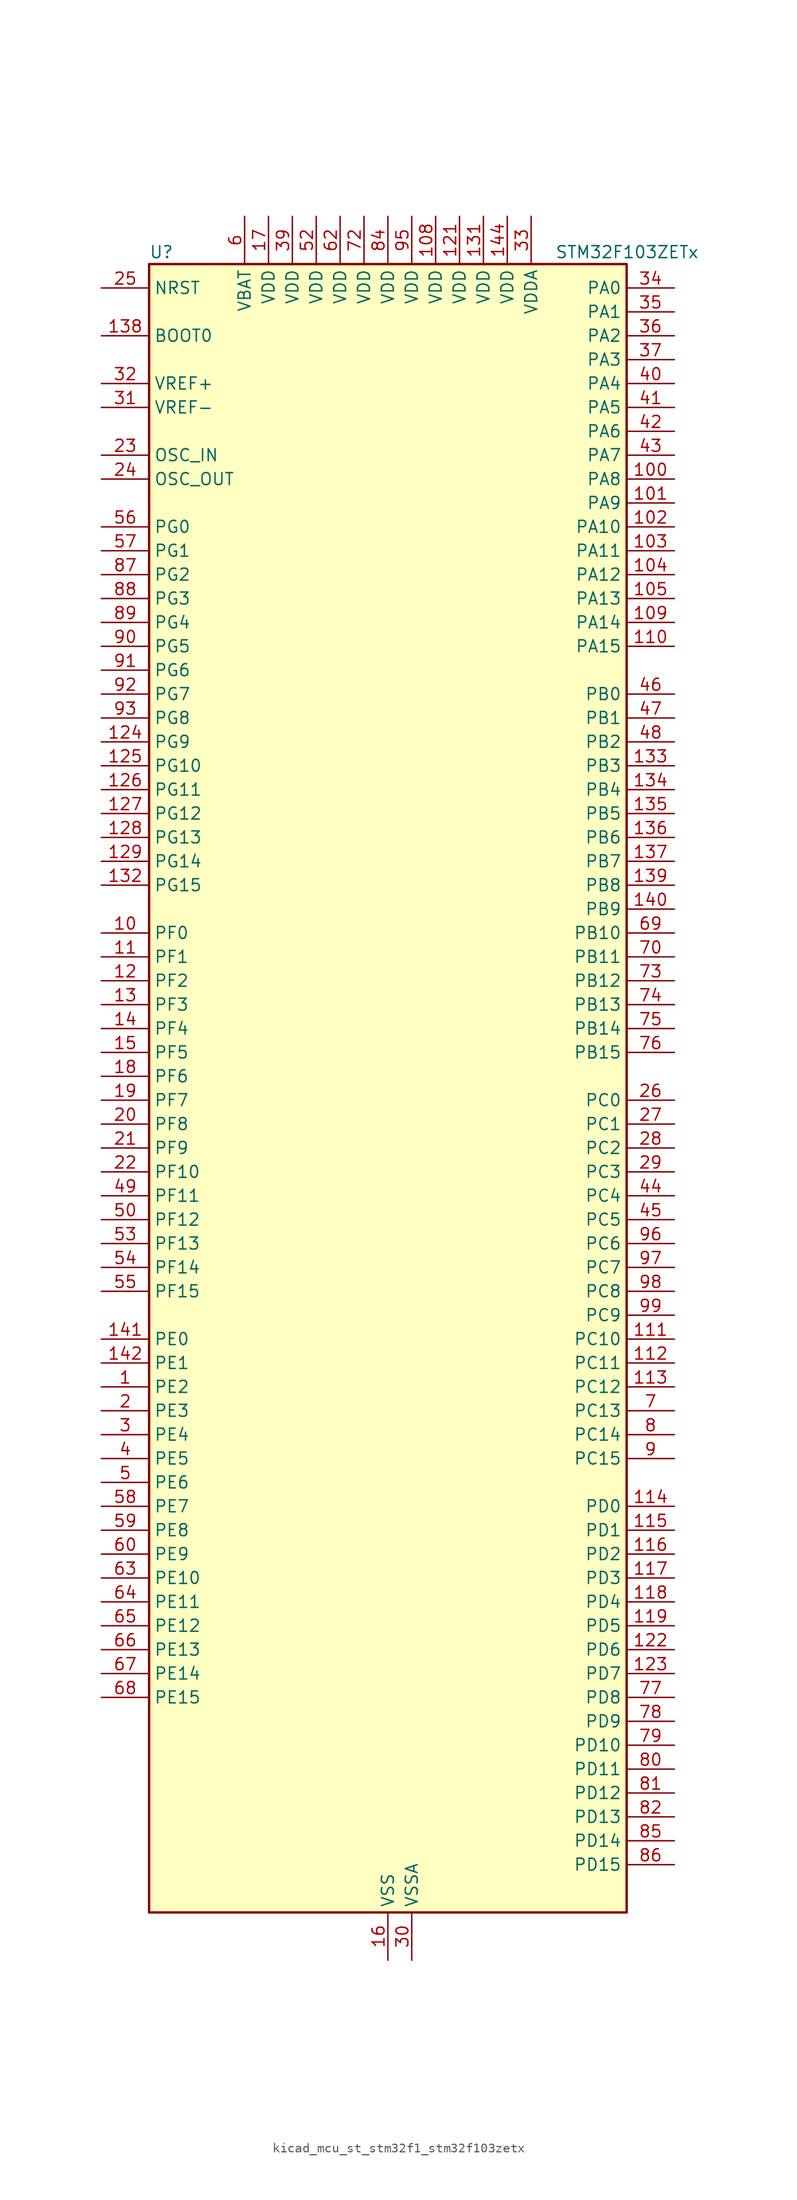
<source format=kicad_sym>
(kicad_symbol_lib
  (version 20220914)
  (generator kicad_symbol_editor)
  (symbol "kicad_mcu_st_stm32f1_stm32f103zetx"
    (property "Reference" "U"
      (at -25.4 90.17 0)
      (effects (font (size 1.27 1.27)) (justify left)))
    (property "Value" "STM32F103ZETx"
      (at 17.78 90.17 0)
      (effects (font (size 1.27 1.27)) (justify left)))
    (property "ki_locked" ""
      (at 0 0 0)
      (effects (font (size 1.27 1.27))))
    (symbol "kicad_mcu_st_stm32f1_stm32f103zetx_0_1"
      (rectangle (start -25.4 -86.36) (end 25.4 88.9) (stroke (width 0.254) (type default)) (fill (type background))))
    (symbol "kicad_mcu_st_stm32f1_stm32f103zetx_1_1"
      (pin bidirectional line (at -30.48 -30.48 0) (length 5.08) (name "PE2" (effects (font (size 1.27 1.27)))) (number "1" (effects (font (size 1.27 1.27)))) (alternate "FSMC_A23" bidirectional line) (alternate "SYS_TRACECLK" bidirectional line))
      (pin bidirectional line (at -30.48 17.78 0) (length 5.08) (name "PF0" (effects (font (size 1.27 1.27)))) (number "10" (effects (font (size 1.27 1.27)))) (alternate "FSMC_A0" bidirectional line))
      (pin bidirectional line (at 30.48 66.04 180) (length 5.08) (name "PA8" (effects (font (size 1.27 1.27)))) (number "100" (effects (font (size 1.27 1.27)))) (alternate "RCC_MCO" bidirectional line) (alternate "TIM1_CH1" bidirectional line) (alternate "USART1_CK" bidirectional line))
      (pin bidirectional line (at 30.48 63.5 180) (length 5.08) (name "PA9" (effects (font (size 1.27 1.27)))) (number "101" (effects (font (size 1.27 1.27)))) (alternate "DAC_EXTI9" bidirectional line) (alternate "TIM1_CH2" bidirectional line) (alternate "USART1_TX" bidirectional line))
      (pin bidirectional line (at 30.48 60.96 180) (length 5.08) (name "PA10" (effects (font (size 1.27 1.27)))) (number "102" (effects (font (size 1.27 1.27)))) (alternate "TIM1_CH3" bidirectional line) (alternate "USART1_RX" bidirectional line))
      (pin bidirectional line (at 30.48 58.42 180) (length 5.08) (name "PA11" (effects (font (size 1.27 1.27)))) (number "103" (effects (font (size 1.27 1.27)))) (alternate "ADC1_EXTI11" bidirectional line) (alternate "ADC2_EXTI11" bidirectional line) (alternate "CAN_RX" bidirectional line) (alternate "TIM1_CH4" bidirectional line) (alternate "USART1_CTS" bidirectional line) (alternate "USB_DM" bidirectional line))
      (pin bidirectional line (at 30.48 55.88 180) (length 5.08) (name "PA12" (effects (font (size 1.27 1.27)))) (number "104" (effects (font (size 1.27 1.27)))) (alternate "CAN_TX" bidirectional line) (alternate "TIM1_ETR" bidirectional line) (alternate "USART1_RTS" bidirectional line) (alternate "USB_DP" bidirectional line))
      (pin bidirectional line (at 30.48 53.34 180) (length 5.08) (name "PA13" (effects (font (size 1.27 1.27)))) (number "105" (effects (font (size 1.27 1.27)))) (alternate "SYS_JTMS-SWDIO" bidirectional line))
      (pin no_connect line (at -25.4 -86.36 0) (length 5.08) hide (name "NC" (effects (font (size 1.27 1.27)))) (number "106" (effects (font (size 1.27 1.27)))))
      (pin passive line (at 0 -91.44 90) (length 5.08) hide (name "VSS" (effects (font (size 1.27 1.27)))) (number "107" (effects (font (size 1.27 1.27)))))
      (pin power_in line (at 5.08 93.98 270) (length 5.08) (name "VDD" (effects (font (size 1.27 1.27)))) (number "108" (effects (font (size 1.27 1.27)))))
      (pin bidirectional line (at 30.48 50.8 180) (length 5.08) (name "PA14" (effects (font (size 1.27 1.27)))) (number "109" (effects (font (size 1.27 1.27)))) (alternate "SYS_JTCK-SWCLK" bidirectional line))
      (pin bidirectional line (at -30.48 15.24 0) (length 5.08) (name "PF1" (effects (font (size 1.27 1.27)))) (number "11" (effects (font (size 1.27 1.27)))) (alternate "FSMC_A1" bidirectional line))
      (pin bidirectional line (at 30.48 48.26 180) (length 5.08) (name "PA15" (effects (font (size 1.27 1.27)))) (number "110" (effects (font (size 1.27 1.27)))) (alternate "ADC1_EXTI15" bidirectional line) (alternate "ADC2_EXTI15" bidirectional line) (alternate "I2S3_WS" bidirectional line) (alternate "SPI1_NSS" bidirectional line) (alternate "SPI3_NSS" bidirectional line) (alternate "SYS_JTDI" bidirectional line) (alternate "TIM2_CH1" bidirectional line) (alternate "TIM2_ETR" bidirectional line))
      (pin bidirectional line (at 30.48 -25.4 180) (length 5.08) (name "PC10" (effects (font (size 1.27 1.27)))) (number "111" (effects (font (size 1.27 1.27)))) (alternate "SDIO_D2" bidirectional line) (alternate "UART4_TX" bidirectional line) (alternate "USART3_TX" bidirectional line))
      (pin bidirectional line (at 30.48 -27.94 180) (length 5.08) (name "PC11" (effects (font (size 1.27 1.27)))) (number "112" (effects (font (size 1.27 1.27)))) (alternate "ADC1_EXTI11" bidirectional line) (alternate "ADC2_EXTI11" bidirectional line) (alternate "SDIO_D3" bidirectional line) (alternate "UART4_RX" bidirectional line) (alternate "USART3_RX" bidirectional line))
      (pin bidirectional line (at 30.48 -30.48 180) (length 5.08) (name "PC12" (effects (font (size 1.27 1.27)))) (number "113" (effects (font (size 1.27 1.27)))) (alternate "SDIO_CK" bidirectional line) (alternate "UART5_TX" bidirectional line) (alternate "USART3_CK" bidirectional line))
      (pin bidirectional line (at 30.48 -43.18 180) (length 5.08) (name "PD0" (effects (font (size 1.27 1.27)))) (number "114" (effects (font (size 1.27 1.27)))) (alternate "CAN_RX" bidirectional line) (alternate "FSMC_D2" bidirectional line) (alternate "FSMC_DA2" bidirectional line))
      (pin bidirectional line (at 30.48 -45.72 180) (length 5.08) (name "PD1" (effects (font (size 1.27 1.27)))) (number "115" (effects (font (size 1.27 1.27)))) (alternate "CAN_TX" bidirectional line) (alternate "FSMC_D3" bidirectional line) (alternate "FSMC_DA3" bidirectional line))
      (pin bidirectional line (at 30.48 -48.26 180) (length 5.08) (name "PD2" (effects (font (size 1.27 1.27)))) (number "116" (effects (font (size 1.27 1.27)))) (alternate "SDIO_CMD" bidirectional line) (alternate "TIM3_ETR" bidirectional line) (alternate "UART5_RX" bidirectional line))
      (pin bidirectional line (at 30.48 -50.8 180) (length 5.08) (name "PD3" (effects (font (size 1.27 1.27)))) (number "117" (effects (font (size 1.27 1.27)))) (alternate "FSMC_CLK" bidirectional line) (alternate "USART2_CTS" bidirectional line))
      (pin bidirectional line (at 30.48 -53.34 180) (length 5.08) (name "PD4" (effects (font (size 1.27 1.27)))) (number "118" (effects (font (size 1.27 1.27)))) (alternate "FSMC_NOE" bidirectional line) (alternate "USART2_RTS" bidirectional line))
      (pin bidirectional line (at 30.48 -55.88 180) (length 5.08) (name "PD5" (effects (font (size 1.27 1.27)))) (number "119" (effects (font (size 1.27 1.27)))) (alternate "FSMC_NWE" bidirectional line) (alternate "USART2_TX" bidirectional line))
      (pin bidirectional line (at -30.48 12.7 0) (length 5.08) (name "PF2" (effects (font (size 1.27 1.27)))) (number "12" (effects (font (size 1.27 1.27)))) (alternate "FSMC_A2" bidirectional line))
      (pin passive line (at 0 -91.44 90) (length 5.08) hide (name "VSS" (effects (font (size 1.27 1.27)))) (number "120" (effects (font (size 1.27 1.27)))))
      (pin power_in line (at 7.62 93.98 270) (length 5.08) (name "VDD" (effects (font (size 1.27 1.27)))) (number "121" (effects (font (size 1.27 1.27)))))
      (pin bidirectional line (at 30.48 -58.42 180) (length 5.08) (name "PD6" (effects (font (size 1.27 1.27)))) (number "122" (effects (font (size 1.27 1.27)))) (alternate "FSMC_NWAIT" bidirectional line) (alternate "USART2_RX" bidirectional line))
      (pin bidirectional line (at 30.48 -60.96 180) (length 5.08) (name "PD7" (effects (font (size 1.27 1.27)))) (number "123" (effects (font (size 1.27 1.27)))) (alternate "FSMC_NCE2" bidirectional line) (alternate "FSMC_NE1" bidirectional line) (alternate "USART2_CK" bidirectional line))
      (pin bidirectional line (at -30.48 38.1 0) (length 5.08) (name "PG9" (effects (font (size 1.27 1.27)))) (number "124" (effects (font (size 1.27 1.27)))) (alternate "DAC_EXTI9" bidirectional line) (alternate "FSMC_NCE3" bidirectional line) (alternate "FSMC_NE2" bidirectional line))
      (pin bidirectional line (at -30.48 35.56 0) (length 5.08) (name "PG10" (effects (font (size 1.27 1.27)))) (number "125" (effects (font (size 1.27 1.27)))) (alternate "FSMC_NCE4_1" bidirectional line) (alternate "FSMC_NE3" bidirectional line))
      (pin bidirectional line (at -30.48 33.02 0) (length 5.08) (name "PG11" (effects (font (size 1.27 1.27)))) (number "126" (effects (font (size 1.27 1.27)))) (alternate "ADC1_EXTI11" bidirectional line) (alternate "ADC2_EXTI11" bidirectional line) (alternate "FSMC_NCE4_2" bidirectional line))
      (pin bidirectional line (at -30.48 30.48 0) (length 5.08) (name "PG12" (effects (font (size 1.27 1.27)))) (number "127" (effects (font (size 1.27 1.27)))) (alternate "FSMC_NE4" bidirectional line))
      (pin bidirectional line (at -30.48 27.94 0) (length 5.08) (name "PG13" (effects (font (size 1.27 1.27)))) (number "128" (effects (font (size 1.27 1.27)))) (alternate "FSMC_A24" bidirectional line))
      (pin bidirectional line (at -30.48 25.4 0) (length 5.08) (name "PG14" (effects (font (size 1.27 1.27)))) (number "129" (effects (font (size 1.27 1.27)))) (alternate "FSMC_A25" bidirectional line))
      (pin bidirectional line (at -30.48 10.16 0) (length 5.08) (name "PF3" (effects (font (size 1.27 1.27)))) (number "13" (effects (font (size 1.27 1.27)))) (alternate "FSMC_A3" bidirectional line))
      (pin passive line (at 0 -91.44 90) (length 5.08) hide (name "VSS" (effects (font (size 1.27 1.27)))) (number "130" (effects (font (size 1.27 1.27)))))
      (pin power_in line (at 10.16 93.98 270) (length 5.08) (name "VDD" (effects (font (size 1.27 1.27)))) (number "131" (effects (font (size 1.27 1.27)))))
      (pin bidirectional line (at -30.48 22.86 0) (length 5.08) (name "PG15" (effects (font (size 1.27 1.27)))) (number "132" (effects (font (size 1.27 1.27)))) (alternate "ADC1_EXTI15" bidirectional line) (alternate "ADC2_EXTI15" bidirectional line))
      (pin bidirectional line (at 30.48 35.56 180) (length 5.08) (name "PB3" (effects (font (size 1.27 1.27)))) (number "133" (effects (font (size 1.27 1.27)))) (alternate "I2S3_CK" bidirectional line) (alternate "SPI1_SCK" bidirectional line) (alternate "SPI3_SCK" bidirectional line) (alternate "SYS_JTDO-TRACESWO" bidirectional line) (alternate "TIM2_CH2" bidirectional line))
      (pin bidirectional line (at 30.48 33.02 180) (length 5.08) (name "PB4" (effects (font (size 1.27 1.27)))) (number "134" (effects (font (size 1.27 1.27)))) (alternate "SPI1_MISO" bidirectional line) (alternate "SPI3_MISO" bidirectional line) (alternate "SYS_NJTRST" bidirectional line) (alternate "TIM3_CH1" bidirectional line))
      (pin bidirectional line (at 30.48 30.48 180) (length 5.08) (name "PB5" (effects (font (size 1.27 1.27)))) (number "135" (effects (font (size 1.27 1.27)))) (alternate "I2C1_SMBA" bidirectional line) (alternate "I2S3_SD" bidirectional line) (alternate "SPI1_MOSI" bidirectional line) (alternate "SPI3_MOSI" bidirectional line) (alternate "TIM3_CH2" bidirectional line))
      (pin bidirectional line (at 30.48 27.94 180) (length 5.08) (name "PB6" (effects (font (size 1.27 1.27)))) (number "136" (effects (font (size 1.27 1.27)))) (alternate "I2C1_SCL" bidirectional line) (alternate "TIM4_CH1" bidirectional line) (alternate "USART1_TX" bidirectional line))
      (pin bidirectional line (at 30.48 25.4 180) (length 5.08) (name "PB7" (effects (font (size 1.27 1.27)))) (number "137" (effects (font (size 1.27 1.27)))) (alternate "FSMC_NL" bidirectional line) (alternate "I2C1_SDA" bidirectional line) (alternate "TIM4_CH2" bidirectional line) (alternate "USART1_RX" bidirectional line))
      (pin input line (at -30.48 81.28 0) (length 5.08) (name "BOOT0" (effects (font (size 1.27 1.27)))) (number "138" (effects (font (size 1.27 1.27)))))
      (pin bidirectional line (at 30.48 22.86 180) (length 5.08) (name "PB8" (effects (font (size 1.27 1.27)))) (number "139" (effects (font (size 1.27 1.27)))) (alternate "CAN_RX" bidirectional line) (alternate "I2C1_SCL" bidirectional line) (alternate "SDIO_D4" bidirectional line) (alternate "TIM4_CH3" bidirectional line))
      (pin bidirectional line (at -30.48 7.62 0) (length 5.08) (name "PF4" (effects (font (size 1.27 1.27)))) (number "14" (effects (font (size 1.27 1.27)))) (alternate "FSMC_A4" bidirectional line))
      (pin bidirectional line (at 30.48 20.32 180) (length 5.08) (name "PB9" (effects (font (size 1.27 1.27)))) (number "140" (effects (font (size 1.27 1.27)))) (alternate "CAN_TX" bidirectional line) (alternate "DAC_EXTI9" bidirectional line) (alternate "I2C1_SDA" bidirectional line) (alternate "SDIO_D5" bidirectional line) (alternate "TIM4_CH4" bidirectional line))
      (pin bidirectional line (at -30.48 -25.4 0) (length 5.08) (name "PE0" (effects (font (size 1.27 1.27)))) (number "141" (effects (font (size 1.27 1.27)))) (alternate "FSMC_NBL0" bidirectional line) (alternate "TIM4_ETR" bidirectional line))
      (pin bidirectional line (at -30.48 -27.94 0) (length 5.08) (name "PE1" (effects (font (size 1.27 1.27)))) (number "142" (effects (font (size 1.27 1.27)))) (alternate "FSMC_NBL1" bidirectional line))
      (pin passive line (at 0 -91.44 90) (length 5.08) hide (name "VSS" (effects (font (size 1.27 1.27)))) (number "143" (effects (font (size 1.27 1.27)))))
      (pin power_in line (at 12.7 93.98 270) (length 5.08) (name "VDD" (effects (font (size 1.27 1.27)))) (number "144" (effects (font (size 1.27 1.27)))))
      (pin bidirectional line (at -30.48 5.08 0) (length 5.08) (name "PF5" (effects (font (size 1.27 1.27)))) (number "15" (effects (font (size 1.27 1.27)))) (alternate "FSMC_A5" bidirectional line))
      (pin power_in line (at 0 -91.44 90) (length 5.08) (name "VSS" (effects (font (size 1.27 1.27)))) (number "16" (effects (font (size 1.27 1.27)))))
      (pin power_in line (at -12.7 93.98 270) (length 5.08) (name "VDD" (effects (font (size 1.27 1.27)))) (number "17" (effects (font (size 1.27 1.27)))))
      (pin bidirectional line (at -30.48 2.54 0) (length 5.08) (name "PF6" (effects (font (size 1.27 1.27)))) (number "18" (effects (font (size 1.27 1.27)))) (alternate "ADC3_IN4" bidirectional line) (alternate "FSMC_NIORD" bidirectional line))
      (pin bidirectional line (at -30.48 0 0) (length 5.08) (name "PF7" (effects (font (size 1.27 1.27)))) (number "19" (effects (font (size 1.27 1.27)))) (alternate "ADC3_IN5" bidirectional line) (alternate "FSMC_NREG" bidirectional line))
      (pin bidirectional line (at -30.48 -33.02 0) (length 5.08) (name "PE3" (effects (font (size 1.27 1.27)))) (number "2" (effects (font (size 1.27 1.27)))) (alternate "FSMC_A19" bidirectional line) (alternate "SYS_TRACED0" bidirectional line))
      (pin bidirectional line (at -30.48 -2.54 0) (length 5.08) (name "PF8" (effects (font (size 1.27 1.27)))) (number "20" (effects (font (size 1.27 1.27)))) (alternate "ADC3_IN6" bidirectional line) (alternate "FSMC_NIOWR" bidirectional line))
      (pin bidirectional line (at -30.48 -5.08 0) (length 5.08) (name "PF9" (effects (font (size 1.27 1.27)))) (number "21" (effects (font (size 1.27 1.27)))) (alternate "ADC3_IN7" bidirectional line) (alternate "DAC_EXTI9" bidirectional line) (alternate "FSMC_CD" bidirectional line))
      (pin bidirectional line (at -30.48 -7.62 0) (length 5.08) (name "PF10" (effects (font (size 1.27 1.27)))) (number "22" (effects (font (size 1.27 1.27)))) (alternate "ADC3_IN8" bidirectional line) (alternate "FSMC_INTR" bidirectional line))
      (pin input line (at -30.48 68.58 0) (length 5.08) (name "OSC_IN" (effects (font (size 1.27 1.27)))) (number "23" (effects (font (size 1.27 1.27)))) (alternate "RCC_OSC_IN" bidirectional line))
      (pin input line (at -30.48 66.04 0) (length 5.08) (name "OSC_OUT" (effects (font (size 1.27 1.27)))) (number "24" (effects (font (size 1.27 1.27)))) (alternate "RCC_OSC_OUT" bidirectional line))
      (pin input line (at -30.48 86.36 0) (length 5.08) (name "NRST" (effects (font (size 1.27 1.27)))) (number "25" (effects (font (size 1.27 1.27)))))
      (pin bidirectional line (at 30.48 0 180) (length 5.08) (name "PC0" (effects (font (size 1.27 1.27)))) (number "26" (effects (font (size 1.27 1.27)))) (alternate "ADC1_IN10" bidirectional line) (alternate "ADC2_IN10" bidirectional line) (alternate "ADC3_IN10" bidirectional line))
      (pin bidirectional line (at 30.48 -2.54 180) (length 5.08) (name "PC1" (effects (font (size 1.27 1.27)))) (number "27" (effects (font (size 1.27 1.27)))) (alternate "ADC1_IN11" bidirectional line) (alternate "ADC2_IN11" bidirectional line) (alternate "ADC3_IN11" bidirectional line))
      (pin bidirectional line (at 30.48 -5.08 180) (length 5.08) (name "PC2" (effects (font (size 1.27 1.27)))) (number "28" (effects (font (size 1.27 1.27)))) (alternate "ADC1_IN12" bidirectional line) (alternate "ADC2_IN12" bidirectional line) (alternate "ADC3_IN12" bidirectional line))
      (pin bidirectional line (at 30.48 -7.62 180) (length 5.08) (name "PC3" (effects (font (size 1.27 1.27)))) (number "29" (effects (font (size 1.27 1.27)))) (alternate "ADC1_IN13" bidirectional line) (alternate "ADC2_IN13" bidirectional line) (alternate "ADC3_IN13" bidirectional line))
      (pin bidirectional line (at -30.48 -35.56 0) (length 5.08) (name "PE4" (effects (font (size 1.27 1.27)))) (number "3" (effects (font (size 1.27 1.27)))) (alternate "FSMC_A20" bidirectional line) (alternate "SYS_TRACED1" bidirectional line))
      (pin power_in line (at 2.54 -91.44 90) (length 5.08) (name "VSSA" (effects (font (size 1.27 1.27)))) (number "30" (effects (font (size 1.27 1.27)))))
      (pin input line (at -30.48 73.66 0) (length 5.08) (name "VREF-" (effects (font (size 1.27 1.27)))) (number "31" (effects (font (size 1.27 1.27)))))
      (pin input line (at -30.48 76.2 0) (length 5.08) (name "VREF+" (effects (font (size 1.27 1.27)))) (number "32" (effects (font (size 1.27 1.27)))))
      (pin power_in line (at 15.24 93.98 270) (length 5.08) (name "VDDA" (effects (font (size 1.27 1.27)))) (number "33" (effects (font (size 1.27 1.27)))))
      (pin bidirectional line (at 30.48 86.36 180) (length 5.08) (name "PA0" (effects (font (size 1.27 1.27)))) (number "34" (effects (font (size 1.27 1.27)))) (alternate "ADC1_IN0" bidirectional line) (alternate "ADC2_IN0" bidirectional line) (alternate "ADC3_IN0" bidirectional line) (alternate "SYS_WKUP" bidirectional line) (alternate "TIM2_CH1" bidirectional line) (alternate "TIM2_ETR" bidirectional line) (alternate "TIM5_CH1" bidirectional line) (alternate "TIM8_ETR" bidirectional line) (alternate "USART2_CTS" bidirectional line))
      (pin bidirectional line (at 30.48 83.82 180) (length 5.08) (name "PA1" (effects (font (size 1.27 1.27)))) (number "35" (effects (font (size 1.27 1.27)))) (alternate "ADC1_IN1" bidirectional line) (alternate "ADC2_IN1" bidirectional line) (alternate "ADC3_IN1" bidirectional line) (alternate "TIM2_CH2" bidirectional line) (alternate "TIM5_CH2" bidirectional line) (alternate "USART2_RTS" bidirectional line))
      (pin bidirectional line (at 30.48 81.28 180) (length 5.08) (name "PA2" (effects (font (size 1.27 1.27)))) (number "36" (effects (font (size 1.27 1.27)))) (alternate "ADC1_IN2" bidirectional line) (alternate "ADC2_IN2" bidirectional line) (alternate "ADC3_IN2" bidirectional line) (alternate "TIM2_CH3" bidirectional line) (alternate "TIM5_CH3" bidirectional line) (alternate "USART2_TX" bidirectional line))
      (pin bidirectional line (at 30.48 78.74 180) (length 5.08) (name "PA3" (effects (font (size 1.27 1.27)))) (number "37" (effects (font (size 1.27 1.27)))) (alternate "ADC1_IN3" bidirectional line) (alternate "ADC2_IN3" bidirectional line) (alternate "ADC3_IN3" bidirectional line) (alternate "TIM2_CH4" bidirectional line) (alternate "TIM5_CH4" bidirectional line) (alternate "USART2_RX" bidirectional line))
      (pin passive line (at 0 -91.44 90) (length 5.08) hide (name "VSS" (effects (font (size 1.27 1.27)))) (number "38" (effects (font (size 1.27 1.27)))))
      (pin power_in line (at -10.16 93.98 270) (length 5.08) (name "VDD" (effects (font (size 1.27 1.27)))) (number "39" (effects (font (size 1.27 1.27)))))
      (pin bidirectional line (at -30.48 -38.1 0) (length 5.08) (name "PE5" (effects (font (size 1.27 1.27)))) (number "4" (effects (font (size 1.27 1.27)))) (alternate "FSMC_A21" bidirectional line) (alternate "SYS_TRACED2" bidirectional line))
      (pin bidirectional line (at 30.48 76.2 180) (length 5.08) (name "PA4" (effects (font (size 1.27 1.27)))) (number "40" (effects (font (size 1.27 1.27)))) (alternate "ADC1_IN4" bidirectional line) (alternate "ADC2_IN4" bidirectional line) (alternate "DAC_OUT1" bidirectional line) (alternate "SPI1_NSS" bidirectional line) (alternate "USART2_CK" bidirectional line))
      (pin bidirectional line (at 30.48 73.66 180) (length 5.08) (name "PA5" (effects (font (size 1.27 1.27)))) (number "41" (effects (font (size 1.27 1.27)))) (alternate "ADC1_IN5" bidirectional line) (alternate "ADC2_IN5" bidirectional line) (alternate "DAC_OUT2" bidirectional line) (alternate "SPI1_SCK" bidirectional line))
      (pin bidirectional line (at 30.48 71.12 180) (length 5.08) (name "PA6" (effects (font (size 1.27 1.27)))) (number "42" (effects (font (size 1.27 1.27)))) (alternate "ADC1_IN6" bidirectional line) (alternate "ADC2_IN6" bidirectional line) (alternate "SPI1_MISO" bidirectional line) (alternate "TIM1_BKIN" bidirectional line) (alternate "TIM3_CH1" bidirectional line) (alternate "TIM8_BKIN" bidirectional line))
      (pin bidirectional line (at 30.48 68.58 180) (length 5.08) (name "PA7" (effects (font (size 1.27 1.27)))) (number "43" (effects (font (size 1.27 1.27)))) (alternate "ADC1_IN7" bidirectional line) (alternate "ADC2_IN7" bidirectional line) (alternate "SPI1_MOSI" bidirectional line) (alternate "TIM1_CH1N" bidirectional line) (alternate "TIM3_CH2" bidirectional line) (alternate "TIM8_CH1N" bidirectional line))
      (pin bidirectional line (at 30.48 -10.16 180) (length 5.08) (name "PC4" (effects (font (size 1.27 1.27)))) (number "44" (effects (font (size 1.27 1.27)))) (alternate "ADC1_IN14" bidirectional line) (alternate "ADC2_IN14" bidirectional line))
      (pin bidirectional line (at 30.48 -12.7 180) (length 5.08) (name "PC5" (effects (font (size 1.27 1.27)))) (number "45" (effects (font (size 1.27 1.27)))) (alternate "ADC1_IN15" bidirectional line) (alternate "ADC2_IN15" bidirectional line))
      (pin bidirectional line (at 30.48 43.18 180) (length 5.08) (name "PB0" (effects (font (size 1.27 1.27)))) (number "46" (effects (font (size 1.27 1.27)))) (alternate "ADC1_IN8" bidirectional line) (alternate "ADC2_IN8" bidirectional line) (alternate "TIM1_CH2N" bidirectional line) (alternate "TIM3_CH3" bidirectional line) (alternate "TIM8_CH2N" bidirectional line))
      (pin bidirectional line (at 30.48 40.64 180) (length 5.08) (name "PB1" (effects (font (size 1.27 1.27)))) (number "47" (effects (font (size 1.27 1.27)))) (alternate "ADC1_IN9" bidirectional line) (alternate "ADC2_IN9" bidirectional line) (alternate "TIM1_CH3N" bidirectional line) (alternate "TIM3_CH4" bidirectional line) (alternate "TIM8_CH3N" bidirectional line))
      (pin bidirectional line (at 30.48 38.1 180) (length 5.08) (name "PB2" (effects (font (size 1.27 1.27)))) (number "48" (effects (font (size 1.27 1.27)))))
      (pin bidirectional line (at -30.48 -10.16 0) (length 5.08) (name "PF11" (effects (font (size 1.27 1.27)))) (number "49" (effects (font (size 1.27 1.27)))) (alternate "ADC1_EXTI11" bidirectional line) (alternate "ADC2_EXTI11" bidirectional line) (alternate "FSMC_NIOS16" bidirectional line))
      (pin bidirectional line (at -30.48 -40.64 0) (length 5.08) (name "PE6" (effects (font (size 1.27 1.27)))) (number "5" (effects (font (size 1.27 1.27)))) (alternate "FSMC_A22" bidirectional line) (alternate "SYS_TRACED3" bidirectional line))
      (pin bidirectional line (at -30.48 -12.7 0) (length 5.08) (name "PF12" (effects (font (size 1.27 1.27)))) (number "50" (effects (font (size 1.27 1.27)))) (alternate "FSMC_A6" bidirectional line))
      (pin passive line (at 0 -91.44 90) (length 5.08) hide (name "VSS" (effects (font (size 1.27 1.27)))) (number "51" (effects (font (size 1.27 1.27)))))
      (pin power_in line (at -7.62 93.98 270) (length 5.08) (name "VDD" (effects (font (size 1.27 1.27)))) (number "52" (effects (font (size 1.27 1.27)))))
      (pin bidirectional line (at -30.48 -15.24 0) (length 5.08) (name "PF13" (effects (font (size 1.27 1.27)))) (number "53" (effects (font (size 1.27 1.27)))) (alternate "FSMC_A7" bidirectional line))
      (pin bidirectional line (at -30.48 -17.78 0) (length 5.08) (name "PF14" (effects (font (size 1.27 1.27)))) (number "54" (effects (font (size 1.27 1.27)))) (alternate "FSMC_A8" bidirectional line))
      (pin bidirectional line (at -30.48 -20.32 0) (length 5.08) (name "PF15" (effects (font (size 1.27 1.27)))) (number "55" (effects (font (size 1.27 1.27)))) (alternate "ADC1_EXTI15" bidirectional line) (alternate "ADC2_EXTI15" bidirectional line) (alternate "FSMC_A9" bidirectional line))
      (pin bidirectional line (at -30.48 60.96 0) (length 5.08) (name "PG0" (effects (font (size 1.27 1.27)))) (number "56" (effects (font (size 1.27 1.27)))) (alternate "FSMC_A10" bidirectional line))
      (pin bidirectional line (at -30.48 58.42 0) (length 5.08) (name "PG1" (effects (font (size 1.27 1.27)))) (number "57" (effects (font (size 1.27 1.27)))) (alternate "FSMC_A11" bidirectional line))
      (pin bidirectional line (at -30.48 -43.18 0) (length 5.08) (name "PE7" (effects (font (size 1.27 1.27)))) (number "58" (effects (font (size 1.27 1.27)))) (alternate "FSMC_D4" bidirectional line) (alternate "FSMC_DA4" bidirectional line) (alternate "TIM1_ETR" bidirectional line))
      (pin bidirectional line (at -30.48 -45.72 0) (length 5.08) (name "PE8" (effects (font (size 1.27 1.27)))) (number "59" (effects (font (size 1.27 1.27)))) (alternate "FSMC_D5" bidirectional line) (alternate "FSMC_DA5" bidirectional line) (alternate "TIM1_CH1N" bidirectional line))
      (pin power_in line (at -15.24 93.98 270) (length 5.08) (name "VBAT" (effects (font (size 1.27 1.27)))) (number "6" (effects (font (size 1.27 1.27)))))
      (pin bidirectional line (at -30.48 -48.26 0) (length 5.08) (name "PE9" (effects (font (size 1.27 1.27)))) (number "60" (effects (font (size 1.27 1.27)))) (alternate "DAC_EXTI9" bidirectional line) (alternate "FSMC_D6" bidirectional line) (alternate "FSMC_DA6" bidirectional line) (alternate "TIM1_CH1" bidirectional line))
      (pin passive line (at 0 -91.44 90) (length 5.08) hide (name "VSS" (effects (font (size 1.27 1.27)))) (number "61" (effects (font (size 1.27 1.27)))))
      (pin power_in line (at -5.08 93.98 270) (length 5.08) (name "VDD" (effects (font (size 1.27 1.27)))) (number "62" (effects (font (size 1.27 1.27)))))
      (pin bidirectional line (at -30.48 -50.8 0) (length 5.08) (name "PE10" (effects (font (size 1.27 1.27)))) (number "63" (effects (font (size 1.27 1.27)))) (alternate "FSMC_D7" bidirectional line) (alternate "FSMC_DA7" bidirectional line) (alternate "TIM1_CH2N" bidirectional line))
      (pin bidirectional line (at -30.48 -53.34 0) (length 5.08) (name "PE11" (effects (font (size 1.27 1.27)))) (number "64" (effects (font (size 1.27 1.27)))) (alternate "ADC1_EXTI11" bidirectional line) (alternate "ADC2_EXTI11" bidirectional line) (alternate "FSMC_D8" bidirectional line) (alternate "FSMC_DA8" bidirectional line) (alternate "TIM1_CH2" bidirectional line))
      (pin bidirectional line (at -30.48 -55.88 0) (length 5.08) (name "PE12" (effects (font (size 1.27 1.27)))) (number "65" (effects (font (size 1.27 1.27)))) (alternate "FSMC_D9" bidirectional line) (alternate "FSMC_DA9" bidirectional line) (alternate "TIM1_CH3N" bidirectional line))
      (pin bidirectional line (at -30.48 -58.42 0) (length 5.08) (name "PE13" (effects (font (size 1.27 1.27)))) (number "66" (effects (font (size 1.27 1.27)))) (alternate "FSMC_D10" bidirectional line) (alternate "FSMC_DA10" bidirectional line) (alternate "TIM1_CH3" bidirectional line))
      (pin bidirectional line (at -30.48 -60.96 0) (length 5.08) (name "PE14" (effects (font (size 1.27 1.27)))) (number "67" (effects (font (size 1.27 1.27)))) (alternate "FSMC_D11" bidirectional line) (alternate "FSMC_DA11" bidirectional line) (alternate "TIM1_CH4" bidirectional line))
      (pin bidirectional line (at -30.48 -63.5 0) (length 5.08) (name "PE15" (effects (font (size 1.27 1.27)))) (number "68" (effects (font (size 1.27 1.27)))) (alternate "ADC1_EXTI15" bidirectional line) (alternate "ADC2_EXTI15" bidirectional line) (alternate "FSMC_D12" bidirectional line) (alternate "FSMC_DA12" bidirectional line) (alternate "TIM1_BKIN" bidirectional line))
      (pin bidirectional line (at 30.48 17.78 180) (length 5.08) (name "PB10" (effects (font (size 1.27 1.27)))) (number "69" (effects (font (size 1.27 1.27)))) (alternate "I2C2_SCL" bidirectional line) (alternate "TIM2_CH3" bidirectional line) (alternate "USART3_TX" bidirectional line))
      (pin bidirectional line (at 30.48 -33.02 180) (length 5.08) (name "PC13" (effects (font (size 1.27 1.27)))) (number "7" (effects (font (size 1.27 1.27)))) (alternate "RTC_OUT" bidirectional line) (alternate "RTC_TAMPER" bidirectional line))
      (pin bidirectional line (at 30.48 15.24 180) (length 5.08) (name "PB11" (effects (font (size 1.27 1.27)))) (number "70" (effects (font (size 1.27 1.27)))) (alternate "ADC1_EXTI11" bidirectional line) (alternate "ADC2_EXTI11" bidirectional line) (alternate "I2C2_SDA" bidirectional line) (alternate "TIM2_CH4" bidirectional line) (alternate "USART3_RX" bidirectional line))
      (pin passive line (at 0 -91.44 90) (length 5.08) hide (name "VSS" (effects (font (size 1.27 1.27)))) (number "71" (effects (font (size 1.27 1.27)))))
      (pin power_in line (at -2.54 93.98 270) (length 5.08) (name "VDD" (effects (font (size 1.27 1.27)))) (number "72" (effects (font (size 1.27 1.27)))))
      (pin bidirectional line (at 30.48 12.7 180) (length 5.08) (name "PB12" (effects (font (size 1.27 1.27)))) (number "73" (effects (font (size 1.27 1.27)))) (alternate "I2C2_SMBA" bidirectional line) (alternate "I2S2_WS" bidirectional line) (alternate "SPI2_NSS" bidirectional line) (alternate "TIM1_BKIN" bidirectional line) (alternate "USART3_CK" bidirectional line))
      (pin bidirectional line (at 30.48 10.16 180) (length 5.08) (name "PB13" (effects (font (size 1.27 1.27)))) (number "74" (effects (font (size 1.27 1.27)))) (alternate "I2S2_CK" bidirectional line) (alternate "SPI2_SCK" bidirectional line) (alternate "TIM1_CH1N" bidirectional line) (alternate "USART3_CTS" bidirectional line))
      (pin bidirectional line (at 30.48 7.62 180) (length 5.08) (name "PB14" (effects (font (size 1.27 1.27)))) (number "75" (effects (font (size 1.27 1.27)))) (alternate "SPI2_MISO" bidirectional line) (alternate "TIM1_CH2N" bidirectional line) (alternate "USART3_RTS" bidirectional line))
      (pin bidirectional line (at 30.48 5.08 180) (length 5.08) (name "PB15" (effects (font (size 1.27 1.27)))) (number "76" (effects (font (size 1.27 1.27)))) (alternate "ADC1_EXTI15" bidirectional line) (alternate "ADC2_EXTI15" bidirectional line) (alternate "I2S2_SD" bidirectional line) (alternate "SPI2_MOSI" bidirectional line) (alternate "TIM1_CH3N" bidirectional line))
      (pin bidirectional line (at 30.48 -63.5 180) (length 5.08) (name "PD8" (effects (font (size 1.27 1.27)))) (number "77" (effects (font (size 1.27 1.27)))) (alternate "FSMC_D13" bidirectional line) (alternate "FSMC_DA13" bidirectional line) (alternate "USART3_TX" bidirectional line))
      (pin bidirectional line (at 30.48 -66.04 180) (length 5.08) (name "PD9" (effects (font (size 1.27 1.27)))) (number "78" (effects (font (size 1.27 1.27)))) (alternate "DAC_EXTI9" bidirectional line) (alternate "FSMC_D14" bidirectional line) (alternate "FSMC_DA14" bidirectional line) (alternate "USART3_RX" bidirectional line))
      (pin bidirectional line (at 30.48 -68.58 180) (length 5.08) (name "PD10" (effects (font (size 1.27 1.27)))) (number "79" (effects (font (size 1.27 1.27)))) (alternate "FSMC_D15" bidirectional line) (alternate "FSMC_DA15" bidirectional line) (alternate "USART3_CK" bidirectional line))
      (pin bidirectional line (at 30.48 -35.56 180) (length 5.08) (name "PC14" (effects (font (size 1.27 1.27)))) (number "8" (effects (font (size 1.27 1.27)))) (alternate "RCC_OSC32_IN" bidirectional line))
      (pin bidirectional line (at 30.48 -71.12 180) (length 5.08) (name "PD11" (effects (font (size 1.27 1.27)))) (number "80" (effects (font (size 1.27 1.27)))) (alternate "ADC1_EXTI11" bidirectional line) (alternate "ADC2_EXTI11" bidirectional line) (alternate "FSMC_A16" bidirectional line) (alternate "FSMC_CLE" bidirectional line) (alternate "USART3_CTS" bidirectional line))
      (pin bidirectional line (at 30.48 -73.66 180) (length 5.08) (name "PD12" (effects (font (size 1.27 1.27)))) (number "81" (effects (font (size 1.27 1.27)))) (alternate "FSMC_A17" bidirectional line) (alternate "FSMC_ALE" bidirectional line) (alternate "TIM4_CH1" bidirectional line) (alternate "USART3_RTS" bidirectional line))
      (pin bidirectional line (at 30.48 -76.2 180) (length 5.08) (name "PD13" (effects (font (size 1.27 1.27)))) (number "82" (effects (font (size 1.27 1.27)))) (alternate "FSMC_A18" bidirectional line) (alternate "TIM4_CH2" bidirectional line))
      (pin passive line (at 0 -91.44 90) (length 5.08) hide (name "VSS" (effects (font (size 1.27 1.27)))) (number "83" (effects (font (size 1.27 1.27)))))
      (pin power_in line (at 0 93.98 270) (length 5.08) (name "VDD" (effects (font (size 1.27 1.27)))) (number "84" (effects (font (size 1.27 1.27)))))
      (pin bidirectional line (at 30.48 -78.74 180) (length 5.08) (name "PD14" (effects (font (size 1.27 1.27)))) (number "85" (effects (font (size 1.27 1.27)))) (alternate "FSMC_D0" bidirectional line) (alternate "FSMC_DA0" bidirectional line) (alternate "TIM4_CH3" bidirectional line))
      (pin bidirectional line (at 30.48 -81.28 180) (length 5.08) (name "PD15" (effects (font (size 1.27 1.27)))) (number "86" (effects (font (size 1.27 1.27)))) (alternate "ADC1_EXTI15" bidirectional line) (alternate "ADC2_EXTI15" bidirectional line) (alternate "FSMC_D1" bidirectional line) (alternate "FSMC_DA1" bidirectional line) (alternate "TIM4_CH4" bidirectional line))
      (pin bidirectional line (at -30.48 55.88 0) (length 5.08) (name "PG2" (effects (font (size 1.27 1.27)))) (number "87" (effects (font (size 1.27 1.27)))) (alternate "FSMC_A12" bidirectional line))
      (pin bidirectional line (at -30.48 53.34 0) (length 5.08) (name "PG3" (effects (font (size 1.27 1.27)))) (number "88" (effects (font (size 1.27 1.27)))) (alternate "FSMC_A13" bidirectional line))
      (pin bidirectional line (at -30.48 50.8 0) (length 5.08) (name "PG4" (effects (font (size 1.27 1.27)))) (number "89" (effects (font (size 1.27 1.27)))) (alternate "FSMC_A14" bidirectional line))
      (pin bidirectional line (at 30.48 -38.1 180) (length 5.08) (name "PC15" (effects (font (size 1.27 1.27)))) (number "9" (effects (font (size 1.27 1.27)))) (alternate "ADC1_EXTI15" bidirectional line) (alternate "ADC2_EXTI15" bidirectional line) (alternate "RCC_OSC32_OUT" bidirectional line))
      (pin bidirectional line (at -30.48 48.26 0) (length 5.08) (name "PG5" (effects (font (size 1.27 1.27)))) (number "90" (effects (font (size 1.27 1.27)))) (alternate "FSMC_A15" bidirectional line))
      (pin bidirectional line (at -30.48 45.72 0) (length 5.08) (name "PG6" (effects (font (size 1.27 1.27)))) (number "91" (effects (font (size 1.27 1.27)))) (alternate "FSMC_INT2" bidirectional line))
      (pin bidirectional line (at -30.48 43.18 0) (length 5.08) (name "PG7" (effects (font (size 1.27 1.27)))) (number "92" (effects (font (size 1.27 1.27)))) (alternate "FSMC_INT3" bidirectional line))
      (pin bidirectional line (at -30.48 40.64 0) (length 5.08) (name "PG8" (effects (font (size 1.27 1.27)))) (number "93" (effects (font (size 1.27 1.27)))))
      (pin passive line (at 0 -91.44 90) (length 5.08) hide (name "VSS" (effects (font (size 1.27 1.27)))) (number "94" (effects (font (size 1.27 1.27)))))
      (pin power_in line (at 2.54 93.98 270) (length 5.08) (name "VDD" (effects (font (size 1.27 1.27)))) (number "95" (effects (font (size 1.27 1.27)))))
      (pin bidirectional line (at 30.48 -15.24 180) (length 5.08) (name "PC6" (effects (font (size 1.27 1.27)))) (number "96" (effects (font (size 1.27 1.27)))) (alternate "I2S2_MCK" bidirectional line) (alternate "SDIO_D6" bidirectional line) (alternate "TIM3_CH1" bidirectional line) (alternate "TIM8_CH1" bidirectional line))
      (pin bidirectional line (at 30.48 -17.78 180) (length 5.08) (name "PC7" (effects (font (size 1.27 1.27)))) (number "97" (effects (font (size 1.27 1.27)))) (alternate "I2S3_MCK" bidirectional line) (alternate "SDIO_D7" bidirectional line) (alternate "TIM3_CH2" bidirectional line) (alternate "TIM8_CH2" bidirectional line))
      (pin bidirectional line (at 30.48 -20.32 180) (length 5.08) (name "PC8" (effects (font (size 1.27 1.27)))) (number "98" (effects (font (size 1.27 1.27)))) (alternate "SDIO_D0" bidirectional line) (alternate "TIM3_CH3" bidirectional line) (alternate "TIM8_CH3" bidirectional line))
      (pin bidirectional line (at 30.48 -22.86 180) (length 5.08) (name "PC9" (effects (font (size 1.27 1.27)))) (number "99" (effects (font (size 1.27 1.27)))) (alternate "DAC_EXTI9" bidirectional line) (alternate "SDIO_D1" bidirectional line) (alternate "TIM3_CH4" bidirectional line) (alternate "TIM8_CH4" bidirectional line)))))
</source>
